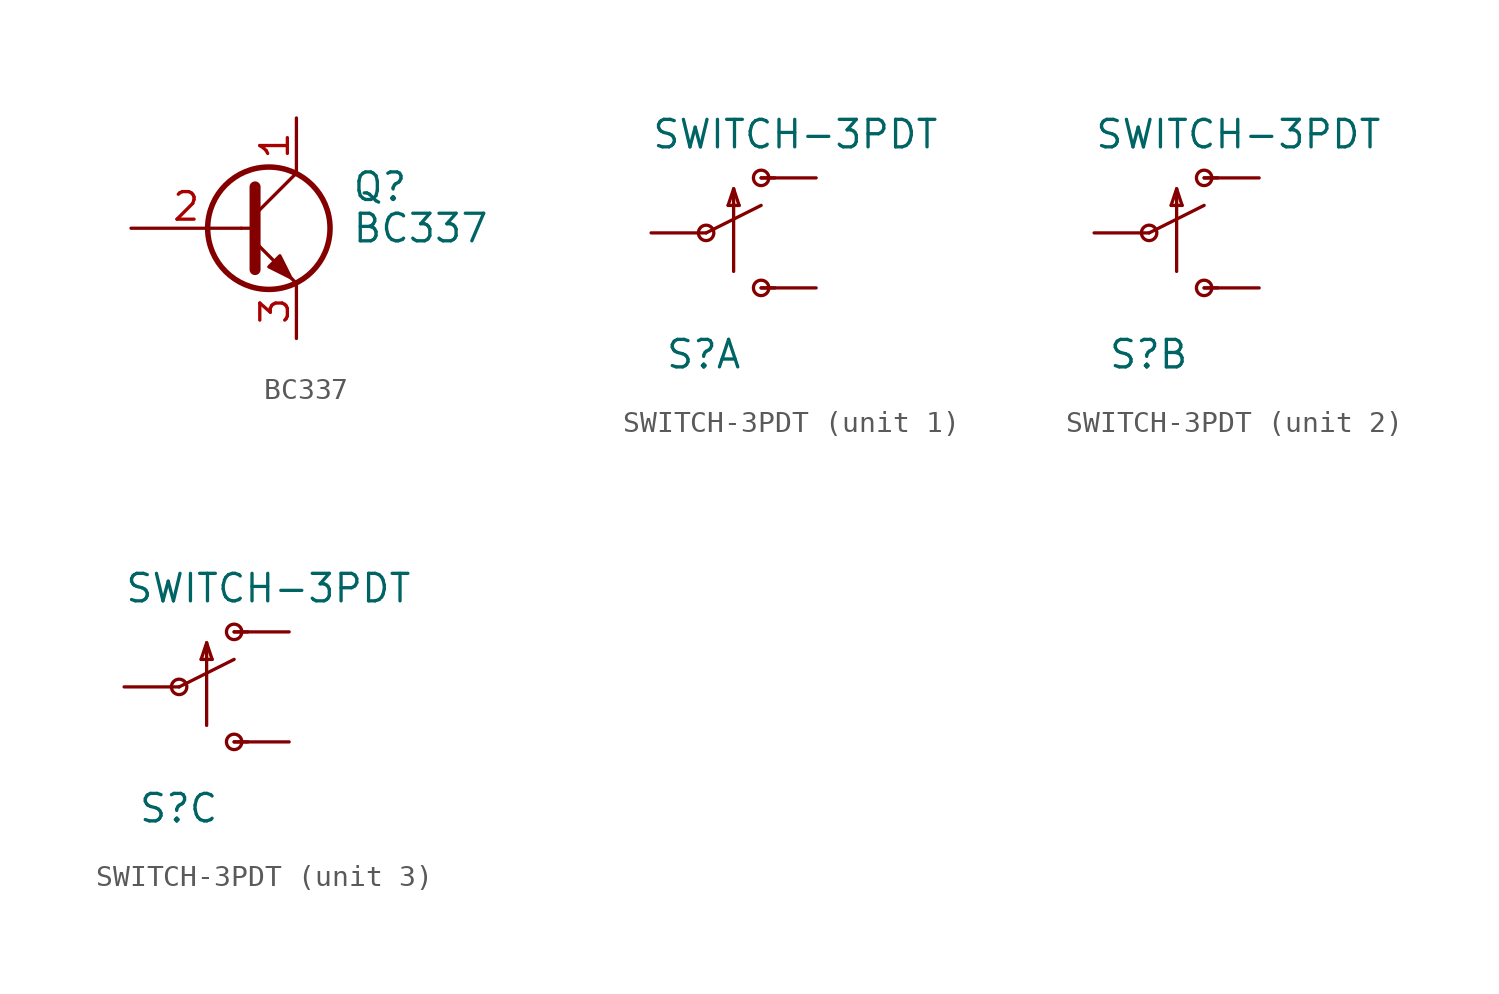
<source format=kicad_sym>
(kicad_symbol_lib
  (version 20220914)
  (generator kicad_symbol_editor)
  (symbol "BC337"
    (pin_names
      (offset 0) hide)
    (property "Reference" "Q"
      (at 5.08 1.905 0)
      (effects (font (size 1.27 1.27)) (justify left)))
    (property "Value" "BC337"
      (at 5.08 0 0)
      (effects (font (size 1.27 1.27)) (justify left)))
    (symbol "BC337_0_1"
      (polyline (pts (xy 0 0) (xy 0.635 0)) (stroke (width 0) (type default)) (fill (type none)))
      (polyline (pts (xy 0.635 0.635) (xy 2.54 2.54)) (stroke (width 0) (type default)) (fill (type none)))
      (polyline (pts (xy 0.635 -0.635) (xy 2.54 -2.54) (xy 2.54 -2.54)) (stroke (width 0) (type default)) (fill (type none)))
      (polyline (pts (xy 0.635 1.905) (xy 0.635 -1.905) (xy 0.635 -1.905)) (stroke (width 0.508) (type default)) (fill (type none)))
      (polyline (pts (xy 1.27 -1.778) (xy 1.778 -1.27) (xy 2.286 -2.286) (xy 1.27 -1.778) (xy 1.27 -1.778)) (stroke (width 0) (type default)) (fill (type outline)))
      (circle (center 1.27 0) (radius 2.819) (stroke (width 0.254) (type default)) (fill (type none))))
    (symbol "BC337_1_1"
      (pin passive line (at 2.54 5.08 270) (length 2.54) (name "C" (effects (font (size 1.27 1.27)))) (number "1" (effects (font (size 1.27 1.27)))))
      (pin input line (at -5.08 0 0) (length 5.08) (name "B" (effects (font (size 1.27 1.27)))) (number "2" (effects (font (size 1.27 1.27)))))
      (pin passive line (at 2.54 -5.08 90) (length 2.54) (name "E" (effects (font (size 1.27 1.27)))) (number "3" (effects (font (size 1.27 1.27)))))))
  (symbol "SWITCH-3PDT"
    (pin_numbers hide)
    (pin_names
      (offset 1.016) hide)
    (property "Reference" "S"
      (at -4.445 -6.35 0)
      (effects (font (size 1.27 1.27)) (justify left bottom)))
    (property "Value" "SWITCH-3PDT"
      (at -5.08 3.81 0)
      (effects (font (size 1.27 1.27)) (justify left bottom)))
    (property "ki_locked" ""
      (at 0 0 0)
      (effects (font (size 1.27 1.27))))
    (symbol "SWITCH-3PDT_1_0"
      (polyline (pts (xy -2.54 0) (xy 0 1.27)) (stroke (width 0) (type solid)) (fill (type none)))
      (polyline (pts (xy -1.524 1.27) (xy -1.016 1.27)) (stroke (width 0) (type solid)) (fill (type none)))
      (polyline (pts (xy -1.27 -1.778) (xy -1.27 2.032)) (stroke (width 0) (type solid)) (fill (type none)))
      (polyline (pts (xy -1.27 2.032) (xy -1.524 1.27)) (stroke (width 0) (type solid)) (fill (type none)))
      (polyline (pts (xy -1.016 1.27) (xy -1.27 2.032)) (stroke (width 0) (type solid)) (fill (type none)))
      (polyline (pts (xy 0 -2.54) (xy 0.635 -2.54)) (stroke (width 0) (type solid)) (fill (type none)))
      (polyline (pts (xy 0 2.54) (xy 0.635 2.54)) (stroke (width 0) (type solid)) (fill (type none))))
    (symbol "SWITCH-3PDT_1_1"
      (circle (center -2.54 0) (radius 0.356) (stroke (width 0) (type solid)) (fill (type none)))
      (circle (center 0 -2.54) (radius 0.356) (stroke (width 0) (type solid)) (fill (type none)))
      (circle (center 0 2.54) (radius 0.356) (stroke (width 0) (type solid)) (fill (type none)))
      (pin passive line (at 2.54 2.54 180) (length 2.54) (name "O" (effects (font (size 1.016 1.016)))) (number "P$1" (effects (font (size 1.016 1.016)))))
      (pin passive line (at -5.08 0 0) (length 2.54) (name "P" (effects (font (size 1.016 1.016)))) (number "P$2" (effects (font (size 1.016 1.016)))))
      (pin passive line (at 2.54 -2.54 180) (length 2.54) (name "S" (effects (font (size 1.016 1.016)))) (number "P$3" (effects (font (size 1.016 1.016))))))
    (symbol "SWITCH-3PDT_2_0"
      (polyline (pts (xy -2.54 0) (xy 0 1.27)) (stroke (width 0) (type solid)) (fill (type none)))
      (polyline (pts (xy -1.524 1.27) (xy -1.016 1.27)) (stroke (width 0) (type solid)) (fill (type none)))
      (polyline (pts (xy -1.27 -1.778) (xy -1.27 2.032)) (stroke (width 0) (type solid)) (fill (type none)))
      (polyline (pts (xy -1.27 2.032) (xy -1.524 1.27)) (stroke (width 0) (type solid)) (fill (type none)))
      (polyline (pts (xy -1.016 1.27) (xy -1.27 2.032)) (stroke (width 0) (type solid)) (fill (type none)))
      (polyline (pts (xy 0 -2.54) (xy 0.635 -2.54)) (stroke (width 0) (type solid)) (fill (type none)))
      (polyline (pts (xy 0 2.54) (xy 0.635 2.54)) (stroke (width 0) (type solid)) (fill (type none))))
    (symbol "SWITCH-3PDT_2_1"
      (circle (center -2.54 0) (radius 0.356) (stroke (width 0) (type solid)) (fill (type none)))
      (circle (center 0 -2.54) (radius 0.356) (stroke (width 0) (type solid)) (fill (type none)))
      (circle (center 0 2.54) (radius 0.356) (stroke (width 0) (type solid)) (fill (type none)))
      (pin passive line (at 2.54 2.54 180) (length 2.54) (name "O" (effects (font (size 1.016 1.016)))) (number "P$4" (effects (font (size 1.016 1.016)))))
      (pin passive line (at -5.08 0 0) (length 2.54) (name "P" (effects (font (size 1.016 1.016)))) (number "P$5" (effects (font (size 1.016 1.016)))))
      (pin passive line (at 2.54 -2.54 180) (length 2.54) (name "S" (effects (font (size 1.016 1.016)))) (number "P$6" (effects (font (size 1.016 1.016))))))
    (symbol "SWITCH-3PDT_3_0"
      (polyline (pts (xy -2.54 0) (xy 0 1.27)) (stroke (width 0) (type solid)) (fill (type none)))
      (polyline (pts (xy -1.524 1.27) (xy -1.016 1.27)) (stroke (width 0) (type solid)) (fill (type none)))
      (polyline (pts (xy -1.27 -1.778) (xy -1.27 2.032)) (stroke (width 0) (type solid)) (fill (type none)))
      (polyline (pts (xy -1.27 2.032) (xy -1.524 1.27)) (stroke (width 0) (type solid)) (fill (type none)))
      (polyline (pts (xy -1.016 1.27) (xy -1.27 2.032)) (stroke (width 0) (type solid)) (fill (type none)))
      (polyline (pts (xy 0 -2.54) (xy 0.635 -2.54)) (stroke (width 0) (type solid)) (fill (type none)))
      (polyline (pts (xy 0 2.54) (xy 0.635 2.54)) (stroke (width 0) (type solid)) (fill (type none))))
    (symbol "SWITCH-3PDT_3_1"
      (circle (center -2.54 0) (radius 0.356) (stroke (width 0) (type solid)) (fill (type none)))
      (circle (center 0 -2.54) (radius 0.356) (stroke (width 0) (type solid)) (fill (type none)))
      (circle (center 0 2.54) (radius 0.356) (stroke (width 0) (type solid)) (fill (type none)))
      (pin passive line (at 2.54 2.54 180) (length 2.54) (name "O" (effects (font (size 1.016 1.016)))) (number "P$7" (effects (font (size 1.016 1.016)))))
      (pin passive line (at -5.08 0 0) (length 2.54) (name "P" (effects (font (size 1.016 1.016)))) (number "P$8" (effects (font (size 1.016 1.016)))))
      (pin passive line (at 2.54 -2.54 180) (length 2.54) (name "S" (effects (font (size 1.016 1.016)))) (number "P$9" (effects (font (size 1.016 1.016))))))))
</source>
